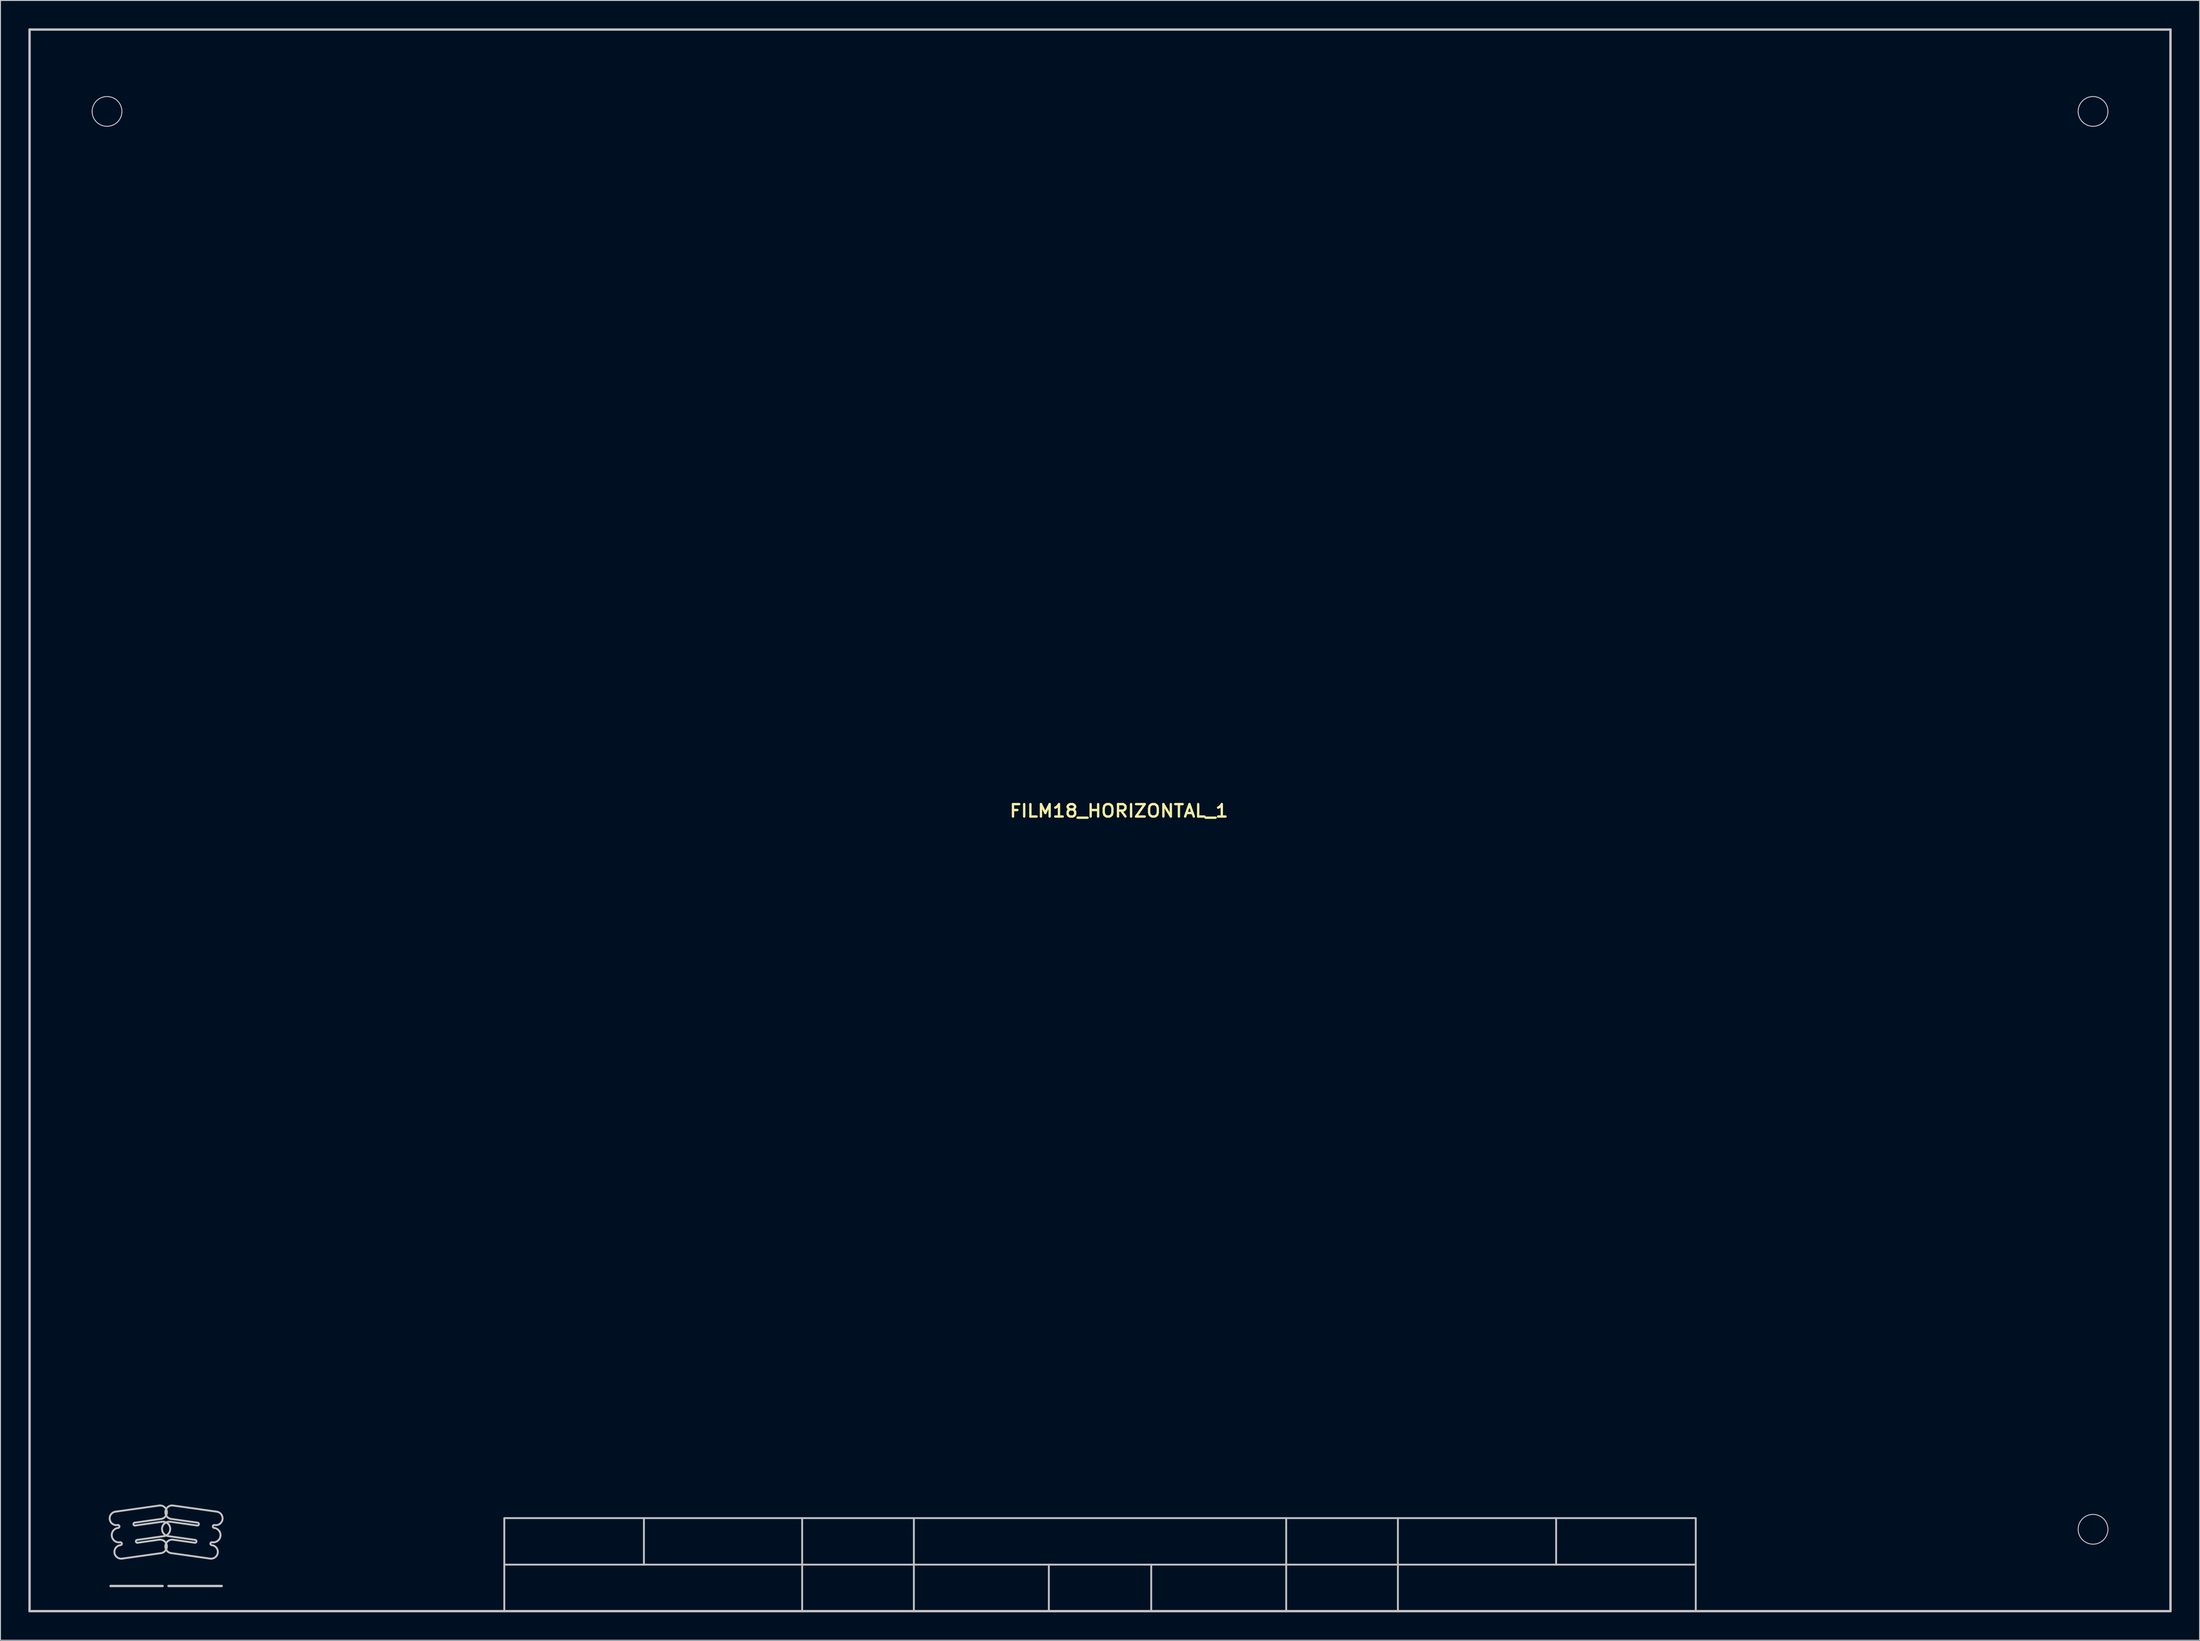
<source format=kicad_pcb>
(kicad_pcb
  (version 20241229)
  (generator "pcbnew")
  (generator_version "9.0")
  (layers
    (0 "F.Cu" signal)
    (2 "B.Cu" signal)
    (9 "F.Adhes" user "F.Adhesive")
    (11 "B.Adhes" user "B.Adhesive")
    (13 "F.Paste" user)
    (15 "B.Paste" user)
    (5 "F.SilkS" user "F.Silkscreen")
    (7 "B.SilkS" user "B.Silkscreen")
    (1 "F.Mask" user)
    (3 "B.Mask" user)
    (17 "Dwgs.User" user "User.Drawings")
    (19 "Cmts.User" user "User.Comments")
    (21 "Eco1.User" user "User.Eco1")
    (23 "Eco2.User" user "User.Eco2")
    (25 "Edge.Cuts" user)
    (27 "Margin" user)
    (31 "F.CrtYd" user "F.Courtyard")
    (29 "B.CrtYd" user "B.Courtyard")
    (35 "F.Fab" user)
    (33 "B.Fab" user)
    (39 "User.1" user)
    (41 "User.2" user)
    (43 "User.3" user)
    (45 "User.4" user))
  (footprint "FILM18_HORIZONTAL_1"
    (layer "F.Cu")
    (at 115.127 85.127)
    (property "Reference" "FILM18_HORIZONTAL_1" (at 2.032 -1.016 0) (unlocked yes) (layer "F.SilkS") (effects (font (size 1.333 1.402) (thickness 0.254))))
    (attr smd)
    (fp_line (start -115 -85) (end 115 -85) (stroke (width 0.254) (type solid)) (layer "Dwgs.User"))
    (fp_line (start -115 85) (end -115 -85) (stroke (width 0.254) (type solid)) (layer "Dwgs.User"))
    (fp_line (start -115 85) (end 115 85) (stroke (width 0.254) (type solid)) (layer "Dwgs.User"))
    (fp_line (start -110.776 74.17) (end -110.443 76.538) (stroke (width 0.00003) (type solid)) (layer "Dwgs.User"))
    (fp_line (start -110.776 74.17) (end -109.437 73.982) (stroke (width 0.00003) (type solid)) (layer "Dwgs.User"))
    (fp_line (start -108.28 -76.2) (end -106.68 -76.2) (stroke (width 0.00003) (type solid)) (layer "Dwgs.User"))
    (fp_line (start -106.68 -76.2) (end -105.08 -76.2) (stroke (width 0.00003) (type solid)) (layer "Dwgs.User"))
    (fp_line (start -106.68 -74.6) (end -106.68 -76.2) (stroke (width 0.00003) (type solid)) (layer "Dwgs.User"))
    (fp_line (start -106.605 70.224) (end -102.487 69.645) (stroke (width 0.00003) (type solid)) (layer "Dwgs.User"))
    (fp_line (start -106.299 82.296) (end -100.711 82.296) (stroke (width 0.254) (type solid)) (layer "Dwgs.User"))
    (fp_line (start -106.084 73.931) (end -98.568 72.875) (stroke (width 0.00003) (type solid)) (layer "Dwgs.User"))
    (fp_line (start -105.836 72.426) (end -98.77 71.433) (stroke (width 0.00003) (type solid)) (layer "Dwgs.User"))
    (fp_line (start -105.717 74.299) (end -101.033 73.641) (stroke (width 0.203) (type solid)) (layer "Dwgs.User"))
    (fp_line (start -105.394 71.839) (end -102.961 71.497) (stroke (width 0.00003) (type solid)) (layer "Dwgs.User"))
    (fp_line (start -105.008 79.345) (end -100.89 78.766) (stroke (width 0.203) (type solid)) (layer "Dwgs.User"))
    (fp_line (start -103.713 75.488) (end -100.83 75.082) (stroke (width 0.203) (type solid)) (layer "Dwgs.User"))
    (fp_line (start -103.67 75.796) (end -100.787 75.391) (stroke (width 0.203) (type solid)) (layer "Dwgs.User"))
    (fp_line (start -103.57 79.405) (end -100.687 79) (stroke (width 0.00003) (type solid)) (layer "Dwgs.User"))
    (fp_line (start -103.453 77.341) (end -100.57 76.936) (stroke (width 0.203) (type solid)) (layer "Dwgs.User"))
    (fp_line (start -103.409 77.65) (end -101.092 77.324) (stroke (width 0.203) (type solid)) (layer "Dwgs.User"))
    (fp_line (start -102.601 80.319) (end -98.997 79.812) (stroke (width 0.00003) (type solid)) (layer "Dwgs.User"))
    (fp_line (start -102.092 72.875) (end -94.576 73.931) (stroke (width 0.00003) (type solid)) (layer "Dwgs.User"))
    (fp_line (start -101.89 71.433) (end -94.824 72.426) (stroke (width 0.00003) (type solid)) (layer "Dwgs.User"))
    (fp_line (start -101.741 77.754) (end -100.66 77.906) (stroke (width 0.00003) (type solid)) (layer "Dwgs.User"))
    (fp_line (start -101.663 79.812) (end -98.059 80.319) (stroke (width 0.00003) (type solid)) (layer "Dwgs.User"))
    (fp_line (start -101.524 76.209) (end -101.057 76.275) (stroke (width 0.00003) (type solid)) (layer "Dwgs.User"))
    (fp_line (start -101.424 78.113) (end -100.703 78.215) (stroke (width 0.00003) (type solid)) (layer "Dwgs.User"))
    (fp_line (start -101.416 75.91) (end -101.014 75.966) (stroke (width 0.00003) (type solid)) (layer "Dwgs.User"))
    (fp_line (start -101.214 74.468) (end -100.655 74.546) (stroke (width 0.00003) (type solid)) (layer "Dwgs.User"))
    (fp_line (start -100.09 76.936) (end -97.207 77.341) (stroke (width 0.203) (type solid)) (layer "Dwgs.User"))
    (fp_line (start -100.076 82.296) (end -94.361 82.296) (stroke (width 0.254) (type solid)) (layer "Dwgs.User"))
    (fp_line (start -100.005 74.546) (end -99.446 74.468) (stroke (width 0.00003) (type solid)) (layer "Dwgs.User"))
    (fp_line (start -100 77.906) (end -98.919 77.754) (stroke (width 0.00003) (type solid)) (layer "Dwgs.User"))
    (fp_line (start -99.973 79) (end -97.09 79.405) (stroke (width 0.00003) (type solid)) (layer "Dwgs.User"))
    (fp_line (start -99.957 78.215) (end -99.236 78.113) (stroke (width 0.00003) (type solid)) (layer "Dwgs.User"))
    (fp_line (start -99.873 75.391) (end -96.99 75.796) (stroke (width 0.203) (type solid)) (layer "Dwgs.User"))
    (fp_line (start -99.83 75.082) (end -96.947 75.488) (stroke (width 0.203) (type solid)) (layer "Dwgs.User"))
    (fp_line (start -99.77 78.766) (end -95.652 79.345) (stroke (width 0.203) (type solid)) (layer "Dwgs.User"))
    (fp_line (start -99.646 75.966) (end -99.244 75.91) (stroke (width 0.00003) (type solid)) (layer "Dwgs.User"))
    (fp_line (start -99.627 73.641) (end -94.943 74.299) (stroke (width 0.203) (type solid)) (layer "Dwgs.User"))
    (fp_line (start -99.603 76.275) (end -99.136 76.209) (stroke (width 0.00003) (type solid)) (layer "Dwgs.User"))
    (fp_line (start -99.568 77.324) (end -97.251 77.65) (stroke (width 0.203) (type solid)) (layer "Dwgs.User"))
    (fp_line (start -98.173 69.645) (end -94.055 70.224) (stroke (width 0.00003) (type solid)) (layer "Dwgs.User"))
    (fp_line (start -97.699 71.497) (end -95.266 71.839) (stroke (width 0.00003) (type solid)) (layer "Dwgs.User"))
    (fp_line (start -91.223 73.982) (end -89.884 74.17) (stroke (width 0.00003) (type solid)) (layer "Dwgs.User"))
    (fp_line (start -90.217 76.538) (end -89.884 74.17) (stroke (width 0.00003) (type solid)) (layer "Dwgs.User"))
    (fp_line (start -64 75) (end 64 75) (stroke (width 0.2) (type solid)) (layer "Dwgs.User"))
    (fp_line (start -64 80) (end 64 80) (stroke (width 0.2) (type solid)) (layer "Dwgs.User"))
    (fp_line (start -64 85) (end -64 75) (stroke (width 0.2) (type solid)) (layer "Dwgs.User"))
    (fp_line (start -64 85) (end 64 85) (stroke (width 0.2) (type solid)) (layer "Dwgs.User"))
    (fp_line (start -49 80) (end -49 75) (stroke (width 0.2) (type solid)) (layer "Dwgs.User"))
    (fp_line (start -32 85) (end -32 75) (stroke (width 0.2) (type solid)) (layer "Dwgs.User"))
    (fp_line (start -20 85) (end -20 75) (stroke (width 0.2) (type solid)) (layer "Dwgs.User"))
    (fp_line (start -20 85) (end -19.5 85) (stroke (width 0.2) (type solid)) (layer "Dwgs.User"))
    (fp_line (start -5.5 85) (end -5.5 80) (stroke (width 0.2) (type solid)) (layer "Dwgs.User"))
    (fp_line (start 5.5 85) (end 5.5 80) (stroke (width 0.2) (type solid)) (layer "Dwgs.User"))
    (fp_line (start 19.5 85) (end 20 85) (stroke (width 0.2) (type solid)) (layer "Dwgs.User"))
    (fp_line (start 20 85) (end 20 75) (stroke (width 0.2) (type solid)) (layer "Dwgs.User"))
    (fp_line (start 32 85) (end 32 75) (stroke (width 0.2) (type solid)) (layer "Dwgs.User"))
    (fp_line (start 49 80) (end 49 75) (stroke (width 0.2) (type solid)) (layer "Dwgs.User"))
    (fp_line (start 64 85) (end 64 75) (stroke (width 0.2) (type solid)) (layer "Dwgs.User"))
    (fp_line (start 105.08 -76.2) (end 106.68 -76.2) (stroke (width 0.00003) (type solid)) (layer "Dwgs.User"))
    (fp_line (start 105.08 76.2) (end 106.68 76.2) (stroke (width 0.00003) (type solid)) (layer "Dwgs.User"))
    (fp_line (start 106.68 -76.2) (end 108.28 -76.2) (stroke (width 0.00003) (type solid)) (layer "Dwgs.User"))
    (fp_line (start 106.68 -74.6) (end 106.68 -76.2) (stroke (width 0.00003) (type solid)) (layer "Dwgs.User"))
    (fp_line (start 106.68 76.2) (end 108.28 76.2) (stroke (width 0.00003) (type solid)) (layer "Dwgs.User"))
    (fp_line (start 106.68 77.8) (end 106.68 76.2) (stroke (width 0.00003) (type solid)) (layer "Dwgs.User"))
    (fp_line (start 115 85) (end 115 -85) (stroke (width 0.254) (type solid)) (layer "Dwgs.User"))
    (fp_arc (start -109.437061 73.981873) (mid -108.79948 71.516531) (end -106.605383 70.224109) (stroke (width 0.00003) (type solid)) (layer "Dwgs.User"))
    (fp_arc (start -108.279945 -76.201765) (mid -107.796215 -77.318262) (end -106.678875 -77.800043) (stroke (width 0.00003) (type solid)) (layer "Dwgs.User"))
    (fp_arc (start -106.316333 76.011439) (mid -106.813902 74.903003) (end -106.08482 73.931075) (stroke (width 0.00003) (type solid)) (layer "Dwgs.User"))
    (fp_arc (start -106.05643 77.86442) (mid -106.645682 77.002226) (end -106.316909 76.011012) (stroke (width 0.00003) (type solid)) (layer "Dwgs.User"))
    (fp_arc (start -105.93646 79.47512) (mid -108.798157 78.939568) (end -110.44299 76.53735) (stroke (width 0.00003) (type solid)) (layer "Dwgs.User"))
    (fp_arc (start -105.935538 79.474607) (mid -106.405377 78.700337) (end -106.056602 77.864514) (stroke (width 0.00003) (type solid)) (layer "Dwgs.User"))
    (fp_arc (start -105.836266 72.425384) (mid -105.722027 72.05114) (end -105.393398 71.838744) (stroke (width 0.00003) (type solid)) (layer "Dwgs.User"))
    (fp_arc (start -105.514907 75.740818) (mid -105.338748 75.873563) (end -105.471493 76.049722) (stroke (width 0.2032) (type solid)) (layer "Dwgs.User"))
    (fp_arc (start -105.514736 75.740777) (mid -106.38894 75.128652) (end -105.717325 74.299277) (stroke (width 0.2032) (type solid)) (layer "Dwgs.User"))
    (fp_arc (start -105.255178 77.594327) (mid -106.16491 76.933973) (end -105.470892 76.049655) (stroke (width 0.2032) (type solid)) (layer "Dwgs.User"))
    (fp_arc (start -105.254435 77.594198) (mid -105.078288 77.726935) (end -105.211025 77.903082) (stroke (width 0.2032) (type solid)) (layer "Dwgs.User"))
    (fp_arc (start -105.080055 -76.198236) (mid -105.563779 -75.081752) (end -106.681106 -74.599977) (stroke (width 0.00003) (type solid)) (layer "Dwgs.User"))
    (fp_arc (start -105.008356 79.344596) (mid -105.878522 78.731897) (end -105.210946 77.903083) (stroke (width 0.2032) (type solid)) (layer "Dwgs.User"))
    (fp_arc (start -103.669642 75.796491) (mid -103.844182 75.663527) (end -103.713053 75.487604) (stroke (width 0.2032) (type solid)) (layer "Dwgs.User"))
    (fp_arc (start -103.409192 77.649871) (mid -103.583732 77.516907) (end -103.452603 77.340984) (stroke (width 0.2032) (type solid)) (layer "Dwgs.User"))
    (fp_arc (start -102.602469 80.318827) (mid -103.274985 80.061345) (end -103.569605 79.404251) (stroke (width 0.00003) (type solid)) (layer "Dwgs.User"))
    (fp_arc (start -102.486498 69.645292) (mid -102.121694 69.771974) (end -101.899367 70.087728) (stroke (width 0.00003) (type solid)) (layer "Dwgs.User"))
    (fp_arc (start -102.092427 72.874538) (mid -102.725866 72.050515) (end -101.889834 71.433012) (stroke (width 0.00003) (type solid)) (layer "Dwgs.User"))
    (fp_arc (start -101.899157 70.089185) (mid -102.140798 71.011906) (end -102.962017 71.497091) (stroke (width 0.00003) (type solid)) (layer "Dwgs.User"))
    (fp_arc (start -101.740583 77.753948) (mid -102.41106 76.872224) (end -101.523519 76.209466) (stroke (width 0.00003) (type solid)) (layer "Dwgs.User"))
    (fp_arc (start -101.662433 79.812405) (mid -102.277594 78.859689) (end -101.423659 78.113442) (stroke (width 0.00003) (type solid)) (layer "Dwgs.User"))
    (fp_arc (start -101.417171 75.909405) (mid -102.039067 75.086364) (end -101.21332 74.468064) (stroke (width 0.00003) (type solid)) (layer "Dwgs.User"))
    (fp_arc (start -101.092724 77.324362) (mid -100.256704 77.941856) (end -100.890134 78.765868) (stroke (width 0.2032) (type solid)) (layer "Dwgs.User"))
    (fp_arc (start -101.033467 73.640998) (mid -100.254176 74.265887) (end -100.829612 75.082375) (stroke (width 0.2032) (type solid)) (layer "Dwgs.User"))
    (fp_arc (start -101.01385 75.966466) (mid -100.807122 75.409848) (end -100.265853 75.16574) (stroke (width 0.00003) (type solid)) (layer "Dwgs.User"))
    (fp_arc (start -100.787471 75.39149) (mid -99.894585 76.052793) (end -100.569061 76.93577) (stroke (width 0.2032) (type solid)) (layer "Dwgs.User"))
    (fp_arc (start -100.659714 77.905916) (mid -100.503051 77.499385) (end -100.156831 77.234919) (stroke (width 0.00003) (type solid)) (layer "Dwgs.User"))
    (fp_arc (start -100.503157 77.234928) (mid -100.156946 77.499387) (end -100.000286 77.905907) (stroke (width 0.00003) (type solid)) (layer "Dwgs.User"))
    (fp_arc (start -100.394137 75.16573) (mid -99.852875 75.409835) (end -99.64615 75.966446) (stroke (width 0.00003) (type solid)) (layer "Dwgs.User"))
    (fp_arc (start -100.265592 75.165682) (mid -100.531487 74.901176) (end -100.655137 74.547095) (stroke (width 0.00003) (type solid)) (layer "Dwgs.User"))
    (fp_arc (start -100.155795 77.234751) (mid -100.762046 76.900772) (end -101.057298 76.274747) (stroke (width 0.00003) (type solid)) (layer "Dwgs.User"))
    (fp_arc (start -100.089588 76.935939) (mid -100.765604 76.054142) (end -99.873875 75.391281) (stroke (width 0.2032) (type solid)) (layer "Dwgs.User"))
    (fp_arc (start -100.004863 74.547094) (mid -100.128514 74.901175) (end -100.394408 75.165681) (stroke (width 0.00003) (type solid)) (layer "Dwgs.User"))
    (fp_arc (start -99.973518 78.999739) (mid -100.479272 78.738141) (end -100.703127 78.214587) (stroke (width 0.00003) (type solid)) (layer "Dwgs.User"))
    (fp_arc (start -99.956873 78.214606) (mid -100.180723 78.738147) (end -100.686464 78.999739) (stroke (width 0.00003) (type solid)) (layer "Dwgs.User"))
    (fp_arc (start -99.83023 75.082415) (mid -100.405763 74.266545) (end -99.627641 73.640919) (stroke (width 0.2032) (type solid)) (layer "Dwgs.User"))
    (fp_arc (start -99.770377 78.765808) (mid -100.403816 77.941785) (end -99.567784 77.324282) (stroke (width 0.2032) (type solid)) (layer "Dwgs.User"))
    (fp_arc (start -99.602702 76.274747) (mid -99.897954 76.900772) (end -100.504205 77.234751) (stroke (width 0.00003) (type solid)) (layer "Dwgs.User"))
    (fp_arc (start -99.445413 74.467881) (mid -98.620745 75.087622) (end -99.244078 75.909577) (stroke (width 0.00003) (type solid)) (layer "Dwgs.User"))
    (fp_arc (start -99.236321 78.113442) (mid -98.382387 78.859689) (end -98.997547 79.812405) (stroke (width 0.00003) (type solid)) (layer "Dwgs.User"))
    (fp_arc (start -99.13648 76.209466) (mid -98.248939 76.872225) (end -98.919418 77.753948) (stroke (width 0.00003) (type solid)) (layer "Dwgs.User"))
    (fp_arc (start -98.76943 71.432892) (mid -97.934576 72.051215) (end -98.568094 72.874598) (stroke (width 0.00003) (type solid)) (layer "Dwgs.User"))
    (fp_arc (start -98.760642 70.087749) (mid -98.538304 69.771979) (end -98.173482 69.645292) (stroke (width 0.00003) (type solid)) (layer "Dwgs.User"))
    (fp_arc (start -97.700146 71.496777) (mid -98.520517 71.010161) (end -98.760548 70.087019) (stroke (width 0.00003) (type solid)) (layer "Dwgs.User"))
    (fp_arc (start -97.207512 77.340969) (mid -97.073148 77.517347) (end -97.250923 77.649856) (stroke (width 0.2032) (type solid)) (layer "Dwgs.User"))
    (fp_arc (start -97.090446 79.405926) (mid -97.386204 80.062483) (end -98.059146 80.318782) (stroke (width 0.00003) (type solid)) (layer "Dwgs.User"))
    (fp_arc (start -96.947062 75.487589) (mid -96.812698 75.663967) (end -96.990473 75.796476) (stroke (width 0.2032) (type solid)) (layer "Dwgs.User"))
    (fp_arc (start -95.449053 77.903083) (mid -94.781478 78.731898) (end -95.651645 79.344596) (stroke (width 0.2032) (type solid)) (layer "Dwgs.User"))
    (fp_arc (start -95.448945 77.903082) (mid -95.581682 77.726935) (end -95.405535 77.594198) (stroke (width 0.2032) (type solid)) (layer "Dwgs.User"))
    (fp_arc (start -95.265616 71.838965) (mid -94.93737 72.051927) (end -94.823789 72.426356) (stroke (width 0.00003) (type solid)) (layer "Dwgs.User"))
    (fp_arc (start -95.188507 76.049722) (mid -95.321252 75.873563) (end -95.145093 75.740818) (stroke (width 0.2032) (type solid)) (layer "Dwgs.User"))
    (fp_arc (start -95.187753 76.049793) (mid -94.495279 76.935322) (end -95.406163 77.594087) (stroke (width 0.2032) (type solid)) (layer "Dwgs.User"))
    (fp_arc (start -94.942725 74.299278) (mid -94.271111 75.128652) (end -95.145314 75.740776) (stroke (width 0.2032) (type solid)) (layer "Dwgs.User"))
    (fp_arc (start -94.603408 77.864514) (mid -94.254633 78.700337) (end -94.724472 79.474607) (stroke (width 0.00003) (type solid)) (layer "Dwgs.User"))
    (fp_arc (start -94.575148 73.931094) (mid -93.846079 74.903006) (end -94.343639 76.011423) (stroke (width 0.00003) (type solid)) (layer "Dwgs.User"))
    (fp_arc (start -94.343091 76.011013) (mid -94.014319 77.002226) (end -94.603571 77.86442) (stroke (width 0.00003) (type solid)) (layer "Dwgs.User"))
    (fp_arc (start -94.054627 70.224109) (mid -91.86053 71.516531) (end -91.222949 73.981873) (stroke (width 0.00003) (type solid)) (layer "Dwgs.User"))
    (fp_arc (start -90.217029 76.537374) (mid -91.861849 78.939573) (end -94.723524 79.475121) (stroke (width 0.00003) (type solid)) (layer "Dwgs.User"))
    (fp_arc (start 105.080055 -76.201764) (mid 105.563782 -77.318255) (end 106.681115 -77.800033) (stroke (width 0.00003) (type solid)) (layer "Dwgs.User"))
    (fp_arc (start 105.080055 76.198226) (mid 105.563782 75.081735) (end 106.681115 74.599957) (stroke (width 0.00003) (type solid)) (layer "Dwgs.User"))
    (fp_arc (start 108.279945 -76.198236) (mid 107.796218 -75.081745) (end 106.678885 -74.599967) (stroke (width 0.00003) (type solid)) (layer "Dwgs.User"))
    (fp_arc (start 108.279945 76.201764) (mid 107.796218 77.318255) (end 106.678885 77.800033) (stroke (width 0.00003) (type solid)) (layer "Dwgs.User"))
    (fp_circle (center -106.68 -76.2) (end -105.08 -76.2) (stroke (width 0.102) (type solid)) (fill no) (layer "Dwgs.User"))
    (fp_circle (center 106.68 -76.2) (end 108.28 -76.2) (stroke (width 0.102) (type solid)) (fill no) (layer "Dwgs.User"))
    (fp_circle (center 106.68 76.2) (end 108.28 76.2) (stroke (width 0.102) (type solid)) (fill no) (layer "Dwgs.User")))
  (gr_rect
    (start -3 -3)
    (end 233.254 173.254)
    (stroke (width 0.1) (type default))
    (fill no)
    (layer "Edge.Cuts")))
</source>
